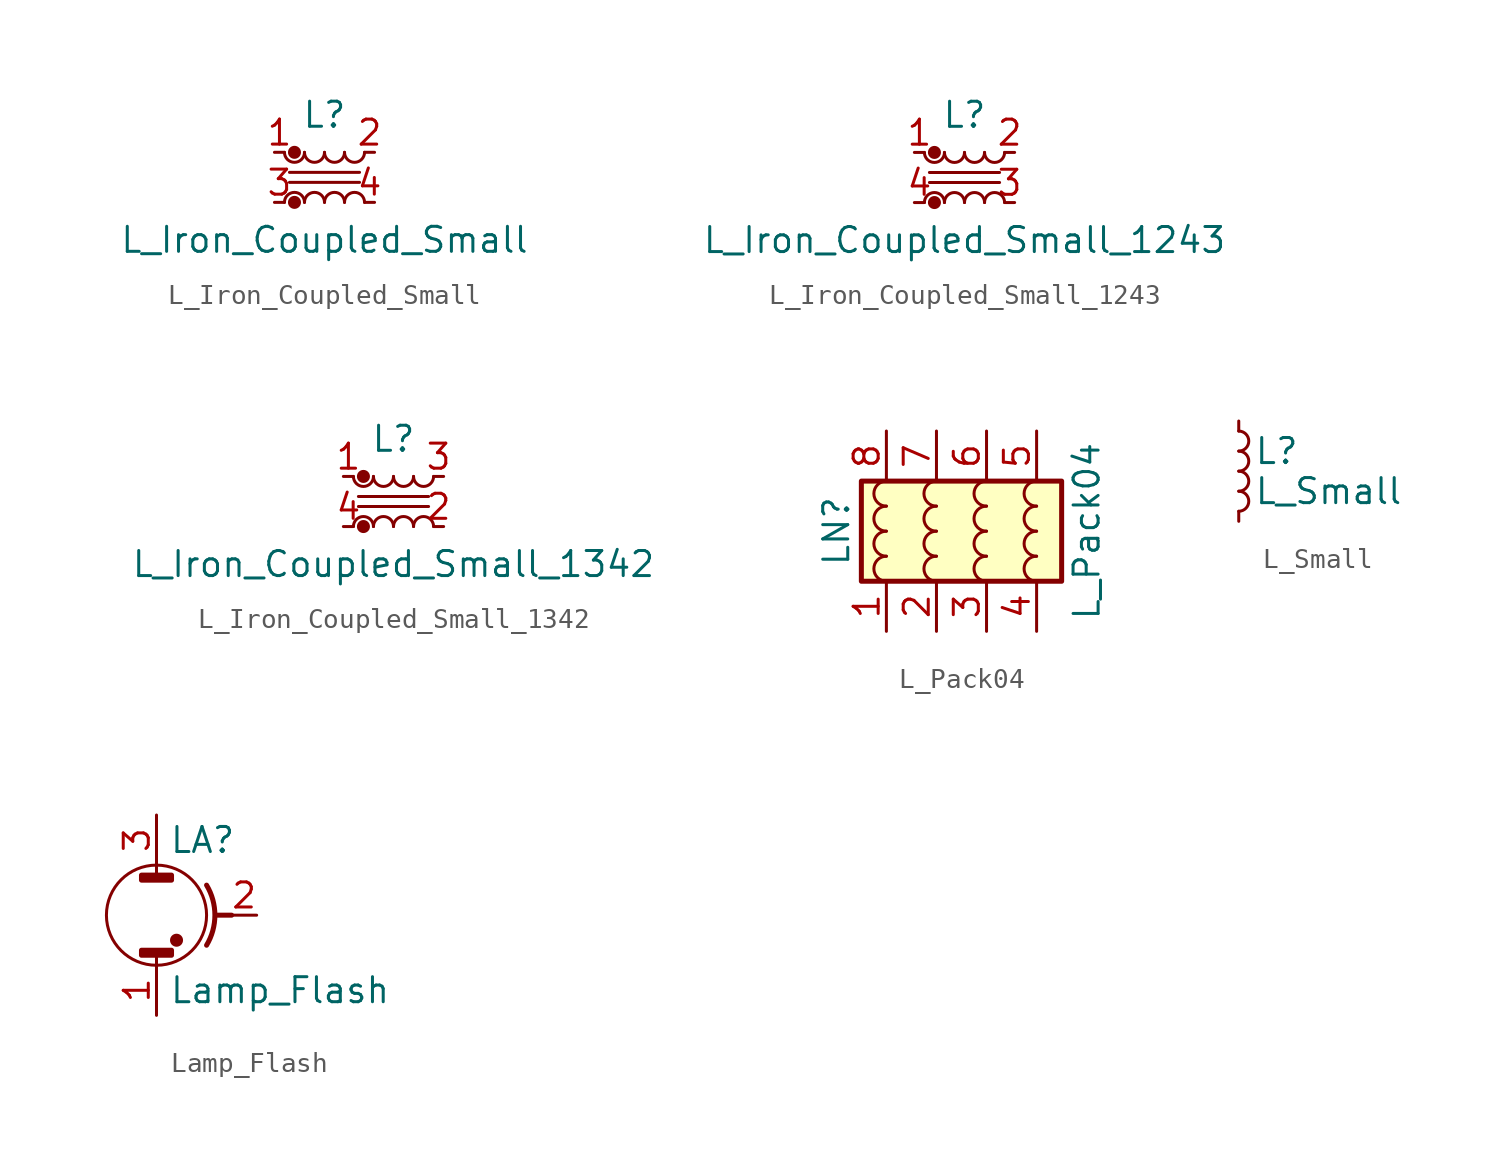
<source format=kicad_sym>
(kicad_symbol_lib
  (version 20211014)
  (generator kicad_symbol_editor)
  (symbol "L_Iron_Coupled_Small"
    (pin_names
      (offset 0.254) hide)
    (property "Reference" "L"
      (at 0 3.175 0)
      (effects (font (size 1.27 1.27))))
    (property "Value" "L_Iron_Coupled_Small"
      (at 0 -3.175 0)
      (effects (font (size 1.27 1.27))))
    (symbol "L_Iron_Coupled_Small_0_1"
      (arc (start -2.032 1.27) (mid -1.524 0.762) (end -1.016 1.27) (stroke (width 0) (type default) (color 0 0 0 0)) (fill (type none)))
      (circle (center -1.524 -1.27) (radius 0.254) (stroke (width 0) (type default) (color 0 0 0 0)) (fill (type outline)))
      (circle (center -1.524 1.27) (radius 0.254) (stroke (width 0) (type default) (color 0 0 0 0)) (fill (type outline)))
      (arc (start -1.016 -1.27) (mid -1.524 -0.762) (end -2.032 -1.27) (stroke (width 0) (type default) (color 0 0 0 0)) (fill (type none)))
      (arc (start -1.016 1.27) (mid -0.508 0.762) (end 0 1.27) (stroke (width 0) (type default) (color 0 0 0 0)) (fill (type none)))
      (arc (start 0 -1.27) (mid -0.508 -0.762) (end -1.016 -1.27) (stroke (width 0) (type default) (color 0 0 0 0)) (fill (type none)))
      (polyline (pts (xy 1.778 -0.254) (xy -1.778 -0.254)) (stroke (width 0) (type default) (color 0 0 0 0)) (fill (type none)))
      (polyline (pts (xy 1.778 0.254) (xy -1.778 0.254)) (stroke (width 0) (type default) (color 0 0 0 0)) (fill (type none)))
      (arc (start 0 1.27) (mid 0.508 0.762) (end 1.016 1.27) (stroke (width 0) (type default) (color 0 0 0 0)) (fill (type none)))
      (arc (start 1.016 -1.27) (mid 0.508 -0.762) (end 0 -1.27) (stroke (width 0) (type default) (color 0 0 0 0)) (fill (type none)))
      (arc (start 1.016 1.27) (mid 1.524 0.762) (end 2.032 1.27) (stroke (width 0) (type default) (color 0 0 0 0)) (fill (type none)))
      (arc (start 2.032 -1.27) (mid 1.524 -0.762) (end 1.016 -1.27) (stroke (width 0) (type default) (color 0 0 0 0)) (fill (type none))))
    (symbol "L_Iron_Coupled_Small_1_1"
      (pin passive line (at -2.54 1.27 0) (length 0.508) (name "1" (effects (font (size 1.27 1.27)))) (number "1" (effects (font (size 1.27 1.27)))))
      (pin passive line (at 2.54 1.27 180) (length 0.508) (name "2" (effects (font (size 1.27 1.27)))) (number "2" (effects (font (size 1.27 1.27)))))
      (pin passive line (at -2.54 -1.27 0) (length 0.508) (name "3" (effects (font (size 1.27 1.27)))) (number "3" (effects (font (size 1.27 1.27)))))
      (pin passive line (at 2.54 -1.27 180) (length 0.508) (name "4" (effects (font (size 1.27 1.27)))) (number "4" (effects (font (size 1.27 1.27)))))))
  (symbol "L_Iron_Coupled_Small_1243"
    (pin_names
      (offset 0.254) hide)
    (property "Reference" "L"
      (at 0 3.175 0)
      (effects (font (size 1.27 1.27))))
    (property "Value" "L_Iron_Coupled_Small_1243"
      (at 0 -3.175 0)
      (effects (font (size 1.27 1.27))))
    (symbol "L_Iron_Coupled_Small_1243_0_1"
      (arc (start -2.032 1.27) (mid -1.524 0.762) (end -1.016 1.27) (stroke (width 0) (type default) (color 0 0 0 0)) (fill (type none)))
      (circle (center -1.524 -1.27) (radius 0.254) (stroke (width 0) (type default) (color 0 0 0 0)) (fill (type outline)))
      (circle (center -1.524 1.27) (radius 0.254) (stroke (width 0) (type default) (color 0 0 0 0)) (fill (type outline)))
      (arc (start -1.016 -1.27) (mid -1.524 -0.762) (end -2.032 -1.27) (stroke (width 0) (type default) (color 0 0 0 0)) (fill (type none)))
      (arc (start -1.016 1.27) (mid -0.508 0.762) (end 0 1.27) (stroke (width 0) (type default) (color 0 0 0 0)) (fill (type none)))
      (arc (start 0 -1.27) (mid -0.508 -0.762) (end -1.016 -1.27) (stroke (width 0) (type default) (color 0 0 0 0)) (fill (type none)))
      (polyline (pts (xy 1.778 -0.254) (xy -1.778 -0.254)) (stroke (width 0) (type default) (color 0 0 0 0)) (fill (type none)))
      (polyline (pts (xy 1.778 0.254) (xy -1.778 0.254)) (stroke (width 0) (type default) (color 0 0 0 0)) (fill (type none)))
      (arc (start 0 1.27) (mid 0.508 0.762) (end 1.016 1.27) (stroke (width 0) (type default) (color 0 0 0 0)) (fill (type none)))
      (arc (start 1.016 -1.27) (mid 0.508 -0.762) (end 0 -1.27) (stroke (width 0) (type default) (color 0 0 0 0)) (fill (type none)))
      (arc (start 1.016 1.27) (mid 1.524 0.762) (end 2.032 1.27) (stroke (width 0) (type default) (color 0 0 0 0)) (fill (type none)))
      (arc (start 2.032 -1.27) (mid 1.524 -0.762) (end 1.016 -1.27) (stroke (width 0) (type default) (color 0 0 0 0)) (fill (type none))))
    (symbol "L_Iron_Coupled_Small_1243_1_1"
      (pin passive line (at -2.54 1.27 0) (length 0.508) (name "1" (effects (font (size 1.27 1.27)))) (number "1" (effects (font (size 1.27 1.27)))))
      (pin passive line (at 2.54 1.27 180) (length 0.508) (name "2" (effects (font (size 1.27 1.27)))) (number "2" (effects (font (size 1.27 1.27)))))
      (pin passive line (at 2.54 -1.27 180) (length 0.508) (name "3" (effects (font (size 1.27 1.27)))) (number "3" (effects (font (size 1.27 1.27)))))
      (pin passive line (at -2.54 -1.27 0) (length 0.508) (name "4" (effects (font (size 1.27 1.27)))) (number "4" (effects (font (size 1.27 1.27)))))))
  (symbol "L_Iron_Coupled_Small_1342"
    (pin_names
      (offset 0.254) hide)
    (property "Reference" "L"
      (at 0 3.175 0)
      (effects (font (size 1.27 1.27))))
    (property "Value" "L_Iron_Coupled_Small_1342"
      (at 0 -3.175 0)
      (effects (font (size 1.27 1.27))))
    (symbol "L_Iron_Coupled_Small_1342_0_1"
      (arc (start -2.032 1.27) (mid -1.524 0.762) (end -1.016 1.27) (stroke (width 0) (type default) (color 0 0 0 0)) (fill (type none)))
      (circle (center -1.524 -1.27) (radius 0.254) (stroke (width 0) (type default) (color 0 0 0 0)) (fill (type outline)))
      (circle (center -1.524 1.27) (radius 0.254) (stroke (width 0) (type default) (color 0 0 0 0)) (fill (type outline)))
      (arc (start -1.016 -1.27) (mid -1.524 -0.762) (end -2.032 -1.27) (stroke (width 0) (type default) (color 0 0 0 0)) (fill (type none)))
      (arc (start -1.016 1.27) (mid -0.508 0.762) (end 0 1.27) (stroke (width 0) (type default) (color 0 0 0 0)) (fill (type none)))
      (arc (start 0 -1.27) (mid -0.508 -0.762) (end -1.016 -1.27) (stroke (width 0) (type default) (color 0 0 0 0)) (fill (type none)))
      (polyline (pts (xy 1.778 -0.254) (xy -1.778 -0.254)) (stroke (width 0) (type default) (color 0 0 0 0)) (fill (type none)))
      (polyline (pts (xy 1.778 0.254) (xy -1.778 0.254)) (stroke (width 0) (type default) (color 0 0 0 0)) (fill (type none)))
      (arc (start 0 1.27) (mid 0.508 0.762) (end 1.016 1.27) (stroke (width 0) (type default) (color 0 0 0 0)) (fill (type none)))
      (arc (start 1.016 -1.27) (mid 0.508 -0.762) (end 0 -1.27) (stroke (width 0) (type default) (color 0 0 0 0)) (fill (type none)))
      (arc (start 1.016 1.27) (mid 1.524 0.762) (end 2.032 1.27) (stroke (width 0) (type default) (color 0 0 0 0)) (fill (type none)))
      (arc (start 2.032 -1.27) (mid 1.524 -0.762) (end 1.016 -1.27) (stroke (width 0) (type default) (color 0 0 0 0)) (fill (type none))))
    (symbol "L_Iron_Coupled_Small_1342_1_1"
      (pin passive line (at -2.54 1.27 0) (length 0.508) (name "1" (effects (font (size 1.27 1.27)))) (number "1" (effects (font (size 1.27 1.27)))))
      (pin passive line (at 2.54 -1.27 180) (length 0.508) (name "2" (effects (font (size 1.27 1.27)))) (number "2" (effects (font (size 1.27 1.27)))))
      (pin passive line (at 2.54 1.27 180) (length 0.508) (name "3" (effects (font (size 1.27 1.27)))) (number "3" (effects (font (size 1.27 1.27)))))
      (pin passive line (at -2.54 -1.27 0) (length 0.508) (name "4" (effects (font (size 1.27 1.27)))) (number "4" (effects (font (size 1.27 1.27)))))))
  (symbol "L_Pack04"
    (property "Reference" "LN"
      (at -7.62 0 90)
      (effects (font (size 1.27 1.27))))
    (property "Value" "L_Pack04"
      (at 5.08 0 90)
      (effects (font (size 1.27 1.27))))
    (symbol "L_Pack04_0_1"
      (rectangle (start -6.35 2.54) (end 3.81 -2.54) (stroke (width 0.254) (type default) (color 0 0 0 0)) (fill (type background))))
    (symbol "L_Pack04_1_1"
      (arc (start -5.08 -1.27) (mid -5.715 -1.905) (end -5.08 -2.54) (stroke (width 0) (type default) (color 0 0 0 0)) (fill (type none)))
      (arc (start -5.08 0) (mid -5.715 -0.635) (end -5.08 -1.27) (stroke (width 0) (type default) (color 0 0 0 0)) (fill (type none)))
      (arc (start -5.08 1.27) (mid -5.715 0.635) (end -5.08 0) (stroke (width 0) (type default) (color 0 0 0 0)) (fill (type none)))
      (arc (start -5.08 2.54) (mid -5.715 1.905) (end -5.08 1.27) (stroke (width 0) (type default) (color 0 0 0 0)) (fill (type none)))
      (arc (start -2.54 -1.27) (mid -3.175 -1.905) (end -2.54 -2.54) (stroke (width 0) (type default) (color 0 0 0 0)) (fill (type none)))
      (arc (start -2.54 0) (mid -3.175 -0.635) (end -2.54 -1.27) (stroke (width 0) (type default) (color 0 0 0 0)) (fill (type none)))
      (arc (start -2.54 1.27) (mid -3.175 0.635) (end -2.54 0) (stroke (width 0) (type default) (color 0 0 0 0)) (fill (type none)))
      (arc (start -2.54 2.54) (mid -3.175 1.905) (end -2.54 1.27) (stroke (width 0) (type default) (color 0 0 0 0)) (fill (type none)))
      (arc (start 0 -1.27) (mid -0.635 -1.905) (end 0 -2.54) (stroke (width 0) (type default) (color 0 0 0 0)) (fill (type none)))
      (arc (start 0 0) (mid -0.635 -0.635) (end 0 -1.27) (stroke (width 0) (type default) (color 0 0 0 0)) (fill (type none)))
      (arc (start 0 1.27) (mid -0.635 0.635) (end 0 0) (stroke (width 0) (type default) (color 0 0 0 0)) (fill (type none)))
      (arc (start 0 2.54) (mid -0.635 1.905) (end 0 1.27) (stroke (width 0) (type default) (color 0 0 0 0)) (fill (type none)))
      (arc (start 2.54 -1.27) (mid 1.905 -1.905) (end 2.54 -2.54) (stroke (width 0) (type default) (color 0 0 0 0)) (fill (type none)))
      (arc (start 2.54 0) (mid 1.905 -0.635) (end 2.54 -1.27) (stroke (width 0) (type default) (color 0 0 0 0)) (fill (type none)))
      (arc (start 2.54 1.27) (mid 1.905 0.635) (end 2.54 0) (stroke (width 0) (type default) (color 0 0 0 0)) (fill (type none)))
      (arc (start 2.54 2.54) (mid 1.905 1.905) (end 2.54 1.27) (stroke (width 0) (type default) (color 0 0 0 0)) (fill (type none)))
      (pin passive line (at -5.08 -5.08 90) (length 2.54) (name "~" (effects (font (size 1.27 1.27)))) (number "1" (effects (font (size 1.27 1.27)))))
      (pin passive line (at -2.54 -5.08 90) (length 2.54) (name "~" (effects (font (size 1.27 1.27)))) (number "2" (effects (font (size 1.27 1.27)))))
      (pin passive line (at 0 -5.08 90) (length 2.54) (name "~" (effects (font (size 1.27 1.27)))) (number "3" (effects (font (size 1.27 1.27)))))
      (pin passive line (at 2.54 -5.08 90) (length 2.54) (name "~" (effects (font (size 1.27 1.27)))) (number "4" (effects (font (size 1.27 1.27)))))
      (pin passive line (at 2.54 5.08 270) (length 2.54) (name "~" (effects (font (size 1.27 1.27)))) (number "5" (effects (font (size 1.27 1.27)))))
      (pin passive line (at 0 5.08 270) (length 2.54) (name "~" (effects (font (size 1.27 1.27)))) (number "6" (effects (font (size 1.27 1.27)))))
      (pin passive line (at -2.54 5.08 270) (length 2.54) (name "~" (effects (font (size 1.27 1.27)))) (number "7" (effects (font (size 1.27 1.27)))))
      (pin passive line (at -5.08 5.08 270) (length 2.54) (name "~" (effects (font (size 1.27 1.27)))) (number "8" (effects (font (size 1.27 1.27)))))))
  (symbol "L_Small"
    (pin_numbers hide)
    (pin_names
      (offset 0.254) hide)
    (property "Reference" "L"
      (at 0.762 1.016 0)
      (effects (font (size 1.27 1.27)) (justify left)))
    (property "Value" "L_Small"
      (at 0.762 -1.016 0)
      (effects (font (size 1.27 1.27)) (justify left)))
    (symbol "L_Small_0_1"
      (arc (start 0 -2.032) (mid 0.508 -1.524) (end 0 -1.016) (stroke (width 0) (type default) (color 0 0 0 0)) (fill (type none)))
      (arc (start 0 -1.016) (mid 0.508 -0.508) (end 0 0) (stroke (width 0) (type default) (color 0 0 0 0)) (fill (type none)))
      (arc (start 0 0) (mid 0.508 0.508) (end 0 1.016) (stroke (width 0) (type default) (color 0 0 0 0)) (fill (type none)))
      (arc (start 0 1.016) (mid 0.508 1.524) (end 0 2.032) (stroke (width 0) (type default) (color 0 0 0 0)) (fill (type none))))
    (symbol "L_Small_1_1"
      (pin passive line (at 0 2.54 270) (length 0.508) (name "~" (effects (font (size 1.27 1.27)))) (number "1" (effects (font (size 1.27 1.27)))))
      (pin passive line (at 0 -2.54 90) (length 0.508) (name "~" (effects (font (size 1.27 1.27)))) (number "2" (effects (font (size 1.27 1.27)))))))
  (symbol "Lamp_Flash"
    (pin_names
      (offset 0.025) hide)
    (property "Reference" "LA"
      (at 0.635 3.81 0)
      (effects (font (size 1.27 1.27)) (justify left)))
    (property "Value" "Lamp_Flash"
      (at 0.635 -3.81 0)
      (effects (font (size 1.27 1.27)) (justify left)))
    (symbol "Lamp_Flash_0_0"
      (rectangle (start -0.762 -1.778) (end 0.762 -2.032) (stroke (width 0.254) (type default) (color 0 0 0 0)) (fill (type outline)))
      (rectangle (start -0.762 2.032) (end 0.762 1.778) (stroke (width 0.254) (type default) (color 0 0 0 0)) (fill (type outline)))
      (polyline (pts (xy 3.048 0) (xy 3.81 0)) (stroke (width 0.254) (type default) (color 0 0 0 0)) (fill (type none)))
      (arc (start 2.54 -1.524) (mid 2.9621 0) (end 2.54 1.524) (stroke (width 0.254) (type default) (color 0 0 0 0)) (fill (type none))))
    (symbol "Lamp_Flash_0_1"
      (polyline (pts (xy 0 -2.54) (xy 0 -2.032)) (stroke (width 0) (type default) (color 0 0 0 0)) (fill (type none)))
      (polyline (pts (xy 0 2.54) (xy 0 2.032)) (stroke (width 0) (type default) (color 0 0 0 0)) (fill (type none)))
      (circle (center 0 0) (radius 2.54) (stroke (width 0) (type default) (color 0 0 0 0)) (fill (type none)))
      (circle (center 1.016 -1.27) (radius 0.254) (stroke (width 0) (type default) (color 0 0 0 0)) (fill (type outline))))
    (symbol "Lamp_Flash_1_1"
      (pin passive line (at 0 -5.08 90) (length 2.54) (name "~" (effects (font (size 1.27 1.27)))) (number "1" (effects (font (size 1.27 1.27)))))
      (pin passive line (at 5.08 0 180) (length 1.27) (name "~" (effects (font (size 1.27 1.27)))) (number "2" (effects (font (size 1.27 1.27)))))
      (pin passive line (at 0 5.08 270) (length 2.54) (name "~" (effects (font (size 1.27 1.27)))) (number "3" (effects (font (size 1.27 1.27))))))))
</source>
